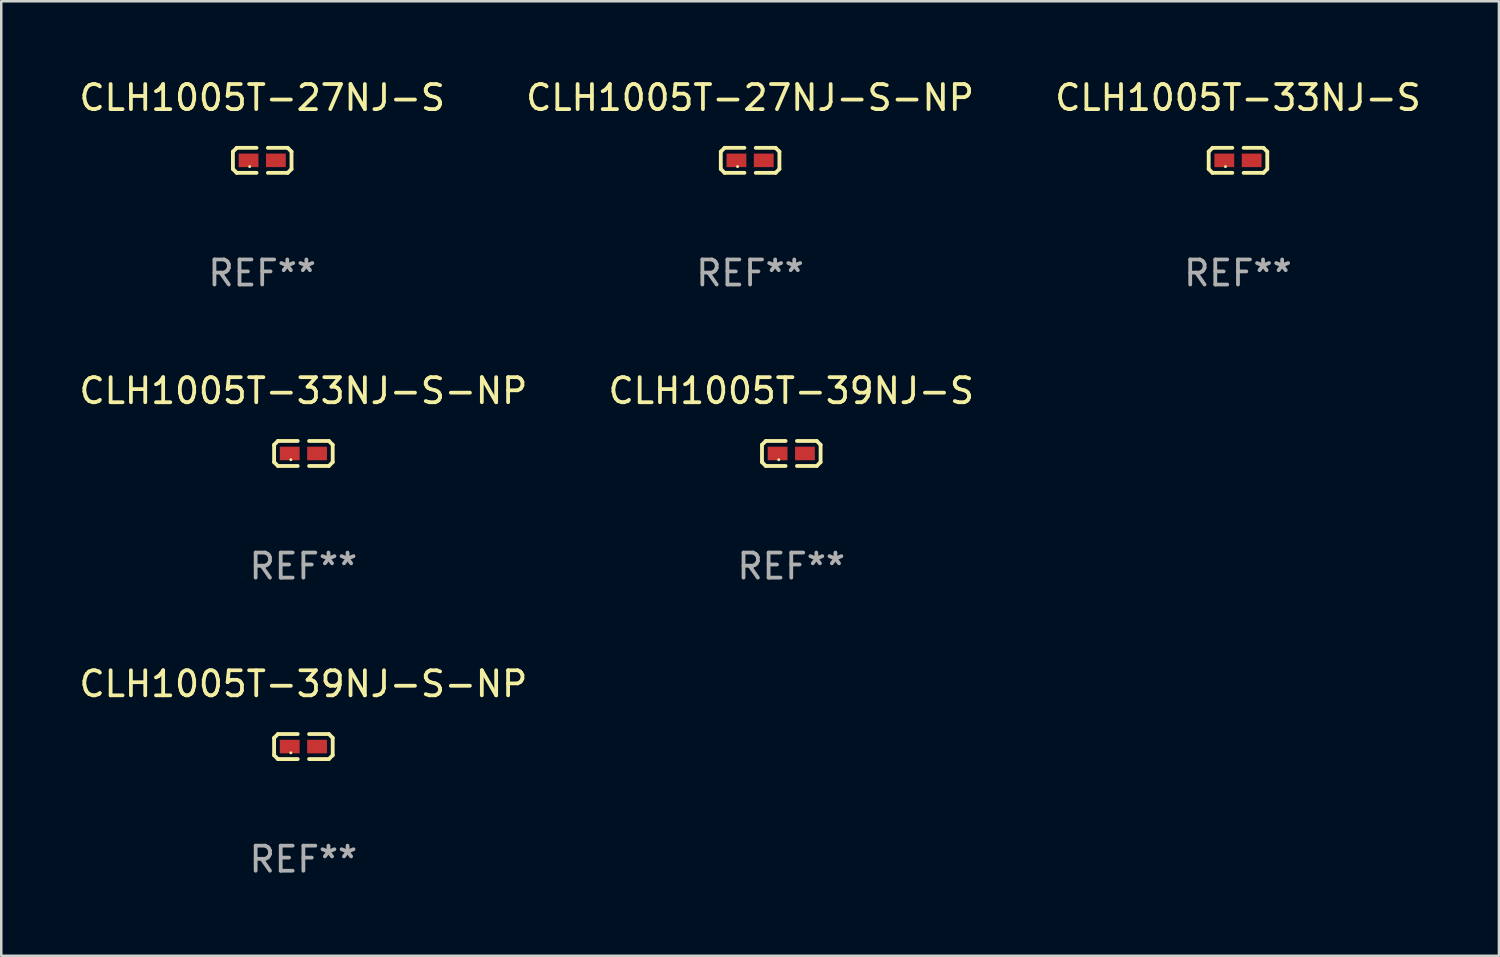
<source format=kicad_pcb>
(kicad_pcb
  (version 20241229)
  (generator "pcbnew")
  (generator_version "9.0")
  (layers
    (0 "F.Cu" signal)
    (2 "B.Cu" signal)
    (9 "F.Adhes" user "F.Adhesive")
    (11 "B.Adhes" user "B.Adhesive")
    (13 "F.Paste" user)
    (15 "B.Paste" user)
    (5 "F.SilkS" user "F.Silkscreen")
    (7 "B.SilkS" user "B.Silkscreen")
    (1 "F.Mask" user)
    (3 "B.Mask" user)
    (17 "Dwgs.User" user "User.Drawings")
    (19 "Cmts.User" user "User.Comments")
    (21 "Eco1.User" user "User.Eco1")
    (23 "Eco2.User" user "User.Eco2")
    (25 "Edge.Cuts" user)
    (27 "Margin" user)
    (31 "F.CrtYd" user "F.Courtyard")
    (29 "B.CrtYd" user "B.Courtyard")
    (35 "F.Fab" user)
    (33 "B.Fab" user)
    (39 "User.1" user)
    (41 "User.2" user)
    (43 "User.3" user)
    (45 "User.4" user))
  (footprint "CLH1005T-33NJ-S"
    (layer "F.Cu")
    (at 46.339 3.347)
    (property "Reference" "CLH1005T-33NJ-S" (at 0 -2.499 0) (layer "F.SilkS") (effects (font (size 1 1) (thickness 0.15))))
    (attr through_hole)
    (fp_line (start -1.169 -0.346) (end -1.016 -0.499) (stroke (width 0.152) (type solid)) (layer "F.SilkS"))
    (fp_line (start -1.169 0.346) (end -1.169 -0.346) (stroke (width 0.152) (type solid)) (layer "F.SilkS"))
    (fp_line (start -1.016 -0.499) (end -0.226 -0.499) (stroke (width 0.152) (type solid)) (layer "F.SilkS"))
    (fp_line (start -1.016 0.499) (end -1.169 0.346) (stroke (width 0.152) (type solid)) (layer "F.SilkS"))
    (fp_line (start -0.226 0.499) (end -1.016 0.499) (stroke (width 0.152) (type solid)) (layer "F.SilkS"))
    (fp_line (start 0.226 0.499) (end 1.016 0.499) (stroke (width 0.152) (type solid)) (layer "F.SilkS"))
    (fp_line (start 1.016 -0.499) (end 0.226 -0.499) (stroke (width 0.152) (type solid)) (layer "F.SilkS"))
    (fp_line (start 1.016 0.499) (end 1.169 0.346) (stroke (width 0.152) (type solid)) (layer "F.SilkS"))
    (fp_line (start 1.169 -0.346) (end 1.016 -0.499) (stroke (width 0.152) (type solid)) (layer "F.SilkS"))
    (fp_line (start 1.169 0.346) (end 1.169 -0.346) (stroke (width 0.152) (type solid)) (layer "F.SilkS"))
    (fp_circle (center -0.5 0.25) (end -0.47 0.25) (stroke (width 0.06) (type solid)) (fill no) (layer "F.SilkS"))
    (fp_text user "REF**" (at 0 4.499 0) (layer "F.Fab") (effects (font (size 1 1) (thickness 0.15))))
    (pad "1" smd rect (at -0.545 0) (size 0.79 0.54) (layers "F.Cu" "F.Mask" "F.Paste"))
    (pad "2" smd rect (at 0.545 0) (size 0.79 0.54) (layers "F.Cu" "F.Mask" "F.Paste")))
  (footprint "CLH1005T-27NJ-S-NP"
    (layer "F.Cu")
    (at 26.875 3.347)
    (property "Reference" "CLH1005T-27NJ-S-NP" (at 0 -2.499 0) (layer "F.SilkS") (effects (font (size 1 1) (thickness 0.15))))
    (attr through_hole)
    (fp_line (start -1.169 -0.346) (end -1.016 -0.499) (stroke (width 0.152) (type solid)) (layer "F.SilkS"))
    (fp_line (start -1.169 0.346) (end -1.169 -0.346) (stroke (width 0.152) (type solid)) (layer "F.SilkS"))
    (fp_line (start -1.016 -0.499) (end -0.226 -0.499) (stroke (width 0.152) (type solid)) (layer "F.SilkS"))
    (fp_line (start -1.016 0.499) (end -1.169 0.346) (stroke (width 0.152) (type solid)) (layer "F.SilkS"))
    (fp_line (start -0.226 0.499) (end -1.016 0.499) (stroke (width 0.152) (type solid)) (layer "F.SilkS"))
    (fp_line (start 0.226 0.499) (end 1.016 0.499) (stroke (width 0.152) (type solid)) (layer "F.SilkS"))
    (fp_line (start 1.016 -0.499) (end 0.226 -0.499) (stroke (width 0.152) (type solid)) (layer "F.SilkS"))
    (fp_line (start 1.016 0.499) (end 1.169 0.346) (stroke (width 0.152) (type solid)) (layer "F.SilkS"))
    (fp_line (start 1.169 -0.346) (end 1.016 -0.499) (stroke (width 0.152) (type solid)) (layer "F.SilkS"))
    (fp_line (start 1.169 0.346) (end 1.169 -0.346) (stroke (width 0.152) (type solid)) (layer "F.SilkS"))
    (fp_circle (center -0.5 0.25) (end -0.47 0.25) (stroke (width 0.06) (type solid)) (fill no) (layer "F.SilkS"))
    (fp_text user "REF**" (at 0 4.499 0) (layer "F.Fab") (effects (font (size 1 1) (thickness 0.15))))
    (pad "1" smd rect (at -0.545 0) (size 0.79 0.54) (layers "F.Cu" "F.Mask" "F.Paste"))
    (pad "2" smd rect (at 0.545 0) (size 0.79 0.54) (layers "F.Cu" "F.Mask" "F.Paste")))
  (footprint "CLH1005T-27NJ-S"
    (layer "F.Cu")
    (at 7.411 3.347)
    (property "Reference" "CLH1005T-27NJ-S" (at 0 -2.499 0) (layer "F.SilkS") (effects (font (size 1 1) (thickness 0.15))))
    (attr through_hole)
    (fp_line (start -1.169 -0.346) (end -1.016 -0.499) (stroke (width 0.152) (type solid)) (layer "F.SilkS"))
    (fp_line (start -1.169 0.346) (end -1.169 -0.346) (stroke (width 0.152) (type solid)) (layer "F.SilkS"))
    (fp_line (start -1.016 -0.499) (end -0.226 -0.499) (stroke (width 0.152) (type solid)) (layer "F.SilkS"))
    (fp_line (start -1.016 0.499) (end -1.169 0.346) (stroke (width 0.152) (type solid)) (layer "F.SilkS"))
    (fp_line (start -0.226 0.499) (end -1.016 0.499) (stroke (width 0.152) (type solid)) (layer "F.SilkS"))
    (fp_line (start 0.226 0.499) (end 1.016 0.499) (stroke (width 0.152) (type solid)) (layer "F.SilkS"))
    (fp_line (start 1.016 -0.499) (end 0.226 -0.499) (stroke (width 0.152) (type solid)) (layer "F.SilkS"))
    (fp_line (start 1.016 0.499) (end 1.169 0.346) (stroke (width 0.152) (type solid)) (layer "F.SilkS"))
    (fp_line (start 1.169 -0.346) (end 1.016 -0.499) (stroke (width 0.152) (type solid)) (layer "F.SilkS"))
    (fp_line (start 1.169 0.346) (end 1.169 -0.346) (stroke (width 0.152) (type solid)) (layer "F.SilkS"))
    (fp_circle (center -0.5 0.25) (end -0.47 0.25) (stroke (width 0.06) (type solid)) (fill no) (layer "F.SilkS"))
    (fp_text user "REF**" (at 0 4.499 0) (layer "F.Fab") (effects (font (size 1 1) (thickness 0.15))))
    (pad "1" smd rect (at -0.545 0) (size 0.79 0.54) (layers "F.Cu" "F.Mask" "F.Paste"))
    (pad "2" smd rect (at 0.545 0) (size 0.79 0.54) (layers "F.Cu" "F.Mask" "F.Paste")))
  (footprint "CLH1005T-39NJ-S"
    (layer "F.Cu")
    (at 28.518 15.041)
    (property "Reference" "CLH1005T-39NJ-S" (at 0 -2.499 0) (layer "F.SilkS") (effects (font (size 1 1) (thickness 0.15))))
    (attr through_hole)
    (fp_line (start -1.169 -0.346) (end -1.016 -0.499) (stroke (width 0.152) (type solid)) (layer "F.SilkS"))
    (fp_line (start -1.169 0.346) (end -1.169 -0.346) (stroke (width 0.152) (type solid)) (layer "F.SilkS"))
    (fp_line (start -1.016 -0.499) (end -0.226 -0.499) (stroke (width 0.152) (type solid)) (layer "F.SilkS"))
    (fp_line (start -1.016 0.499) (end -1.169 0.346) (stroke (width 0.152) (type solid)) (layer "F.SilkS"))
    (fp_line (start -0.226 0.499) (end -1.016 0.499) (stroke (width 0.152) (type solid)) (layer "F.SilkS"))
    (fp_line (start 0.226 0.499) (end 1.016 0.499) (stroke (width 0.152) (type solid)) (layer "F.SilkS"))
    (fp_line (start 1.016 -0.499) (end 0.226 -0.499) (stroke (width 0.152) (type solid)) (layer "F.SilkS"))
    (fp_line (start 1.016 0.499) (end 1.169 0.346) (stroke (width 0.152) (type solid)) (layer "F.SilkS"))
    (fp_line (start 1.169 -0.346) (end 1.016 -0.499) (stroke (width 0.152) (type solid)) (layer "F.SilkS"))
    (fp_line (start 1.169 0.346) (end 1.169 -0.346) (stroke (width 0.152) (type solid)) (layer "F.SilkS"))
    (fp_circle (center -0.5 0.25) (end -0.47 0.25) (stroke (width 0.06) (type solid)) (fill no) (layer "F.SilkS"))
    (fp_text user "REF**" (at 0 4.499 0) (layer "F.Fab") (effects (font (size 1 1) (thickness 0.15))))
    (pad "1" smd rect (at -0.545 0) (size 0.79 0.54) (layers "F.Cu" "F.Mask" "F.Paste"))
    (pad "2" smd rect (at 0.545 0) (size 0.79 0.54) (layers "F.Cu" "F.Mask" "F.Paste")))
  (footprint "CLH1005T-33NJ-S-NP"
    (layer "F.Cu")
    (at 9.054 15.041)
    (property "Reference" "CLH1005T-33NJ-S-NP" (at 0 -2.499 0) (layer "F.SilkS") (effects (font (size 1 1) (thickness 0.15))))
    (attr through_hole)
    (fp_line (start -1.169 -0.346) (end -1.016 -0.499) (stroke (width 0.152) (type solid)) (layer "F.SilkS"))
    (fp_line (start -1.169 0.346) (end -1.169 -0.346) (stroke (width 0.152) (type solid)) (layer "F.SilkS"))
    (fp_line (start -1.016 -0.499) (end -0.226 -0.499) (stroke (width 0.152) (type solid)) (layer "F.SilkS"))
    (fp_line (start -1.016 0.499) (end -1.169 0.346) (stroke (width 0.152) (type solid)) (layer "F.SilkS"))
    (fp_line (start -0.226 0.499) (end -1.016 0.499) (stroke (width 0.152) (type solid)) (layer "F.SilkS"))
    (fp_line (start 0.226 0.499) (end 1.016 0.499) (stroke (width 0.152) (type solid)) (layer "F.SilkS"))
    (fp_line (start 1.016 -0.499) (end 0.226 -0.499) (stroke (width 0.152) (type solid)) (layer "F.SilkS"))
    (fp_line (start 1.016 0.499) (end 1.169 0.346) (stroke (width 0.152) (type solid)) (layer "F.SilkS"))
    (fp_line (start 1.169 -0.346) (end 1.016 -0.499) (stroke (width 0.152) (type solid)) (layer "F.SilkS"))
    (fp_line (start 1.169 0.346) (end 1.169 -0.346) (stroke (width 0.152) (type solid)) (layer "F.SilkS"))
    (fp_circle (center -0.5 0.25) (end -0.47 0.25) (stroke (width 0.06) (type solid)) (fill no) (layer "F.SilkS"))
    (fp_text user "REF**" (at 0 4.499 0) (layer "F.Fab") (effects (font (size 1 1) (thickness 0.15))))
    (pad "1" smd rect (at -0.545 0) (size 0.79 0.54) (layers "F.Cu" "F.Mask" "F.Paste"))
    (pad "2" smd rect (at 0.545 0) (size 0.79 0.54) (layers "F.Cu" "F.Mask" "F.Paste")))
  (footprint "CLH1005T-39NJ-S-NP"
    (layer "F.Cu")
    (at 9.054 26.734)
    (property "Reference" "CLH1005T-39NJ-S-NP" (at 0 -2.499 0) (layer "F.SilkS") (effects (font (size 1 1) (thickness 0.15))))
    (attr through_hole)
    (fp_line (start -1.169 -0.346) (end -1.016 -0.499) (stroke (width 0.152) (type solid)) (layer "F.SilkS"))
    (fp_line (start -1.169 0.346) (end -1.169 -0.346) (stroke (width 0.152) (type solid)) (layer "F.SilkS"))
    (fp_line (start -1.016 -0.499) (end -0.226 -0.499) (stroke (width 0.152) (type solid)) (layer "F.SilkS"))
    (fp_line (start -1.016 0.499) (end -1.169 0.346) (stroke (width 0.152) (type solid)) (layer "F.SilkS"))
    (fp_line (start -0.226 0.499) (end -1.016 0.499) (stroke (width 0.152) (type solid)) (layer "F.SilkS"))
    (fp_line (start 0.226 0.499) (end 1.016 0.499) (stroke (width 0.152) (type solid)) (layer "F.SilkS"))
    (fp_line (start 1.016 -0.499) (end 0.226 -0.499) (stroke (width 0.152) (type solid)) (layer "F.SilkS"))
    (fp_line (start 1.016 0.499) (end 1.169 0.346) (stroke (width 0.152) (type solid)) (layer "F.SilkS"))
    (fp_line (start 1.169 -0.346) (end 1.016 -0.499) (stroke (width 0.152) (type solid)) (layer "F.SilkS"))
    (fp_line (start 1.169 0.346) (end 1.169 -0.346) (stroke (width 0.152) (type solid)) (layer "F.SilkS"))
    (fp_circle (center -0.5 0.25) (end -0.47 0.25) (stroke (width 0.06) (type solid)) (fill no) (layer "F.SilkS"))
    (fp_text user "REF**" (at 0 4.499 0) (layer "F.Fab") (effects (font (size 1 1) (thickness 0.15))))
    (pad "1" smd rect (at -0.545 0) (size 0.79 0.54) (layers "F.Cu" "F.Mask" "F.Paste"))
    (pad "2" smd rect (at 0.545 0) (size 0.79 0.54) (layers "F.Cu" "F.Mask" "F.Paste")))
  (gr_rect
    (start -3 -3)
    (end 56.75 35.081)
    (stroke (width 0.1) (type default))
    (fill no)
    (layer "Edge.Cuts")))
</source>
